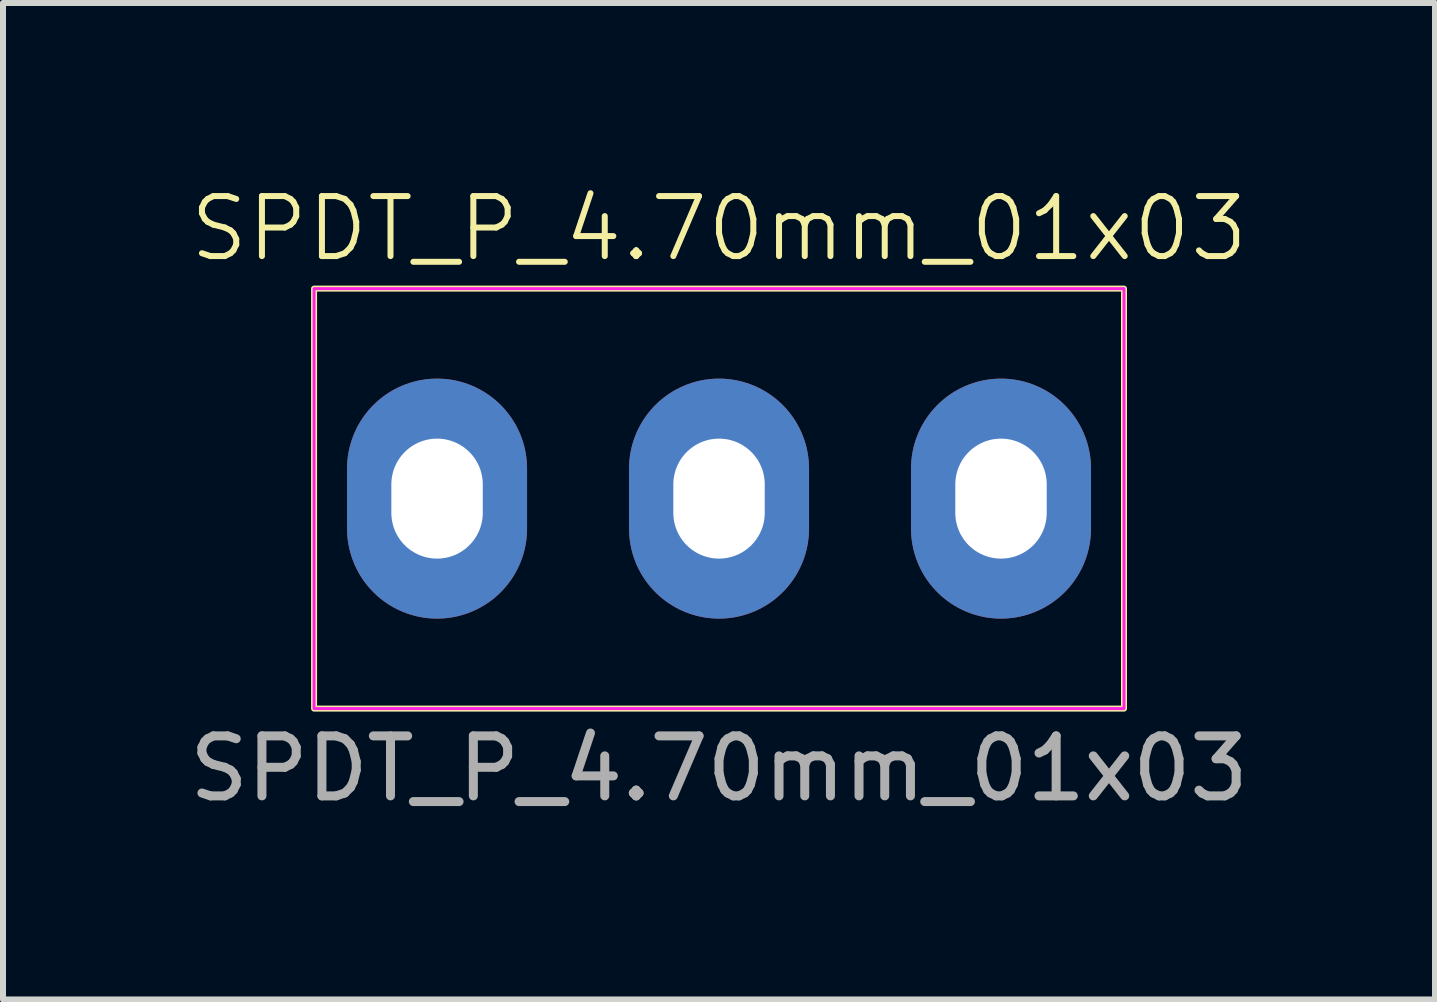
<source format=kicad_pcb>
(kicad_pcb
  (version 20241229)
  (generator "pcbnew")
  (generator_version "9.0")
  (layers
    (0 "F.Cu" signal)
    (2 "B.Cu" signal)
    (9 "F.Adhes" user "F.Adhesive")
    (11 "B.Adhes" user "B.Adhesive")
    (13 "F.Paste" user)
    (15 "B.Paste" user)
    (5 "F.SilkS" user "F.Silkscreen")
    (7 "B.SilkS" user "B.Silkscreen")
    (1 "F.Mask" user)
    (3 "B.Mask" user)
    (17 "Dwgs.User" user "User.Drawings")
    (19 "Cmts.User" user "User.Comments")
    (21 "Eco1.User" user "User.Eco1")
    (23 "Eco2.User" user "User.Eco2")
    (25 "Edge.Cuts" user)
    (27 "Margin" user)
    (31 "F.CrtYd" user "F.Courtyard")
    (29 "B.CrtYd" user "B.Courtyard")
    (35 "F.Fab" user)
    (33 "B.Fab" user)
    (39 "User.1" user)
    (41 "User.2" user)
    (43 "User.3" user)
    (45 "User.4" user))
  (footprint "SPDT_P_4.70mm_01x03"
    (layer "F.Cu")
    (at 8.935 5.261)
    (property "Reference" "SPDT_P_4.70mm_01x03" (at 0 -4.5 0) (unlocked yes) (layer "F.SilkS") (effects (font (size 1 1) (thickness 0.1))))
    (attr through_hole)
    (fp_rect (start -6.75 -3.5) (end 6.75 3.5) (stroke (width 0.1) (type default)) (fill no) (layer "F.SilkS"))
    (fp_rect (start -6.75 -3.5) (end 6.75 3.5) (stroke (width 0.05) (type default)) (fill no) (layer "F.CrtYd"))
    (fp_text user "${REFERENCE}" (at 0 4.5 0) (unlocked yes) (layer "F.Fab") (effects (font (size 1 1) (thickness 0.15))))
    (pad "1" thru_hole oval (at -4.7 0) (size 3 4) (drill oval 1.524 2) (layers "*.Cu" "*.Mask"))
    (pad "2" thru_hole oval (at 0 0) (size 3 4) (drill oval 1.524 2) (layers "*.Cu" "*.Mask"))
    (pad "3" thru_hole oval (at 4.7 0) (size 3 4) (drill oval 1.524 2) (layers "*.Cu" "*.Mask")))
  (gr_rect
    (start -3 -3)
    (end 20.869 13.609)
    (stroke (width 0.1) (type default))
    (fill no)
    (layer "Edge.Cuts")))
</source>
